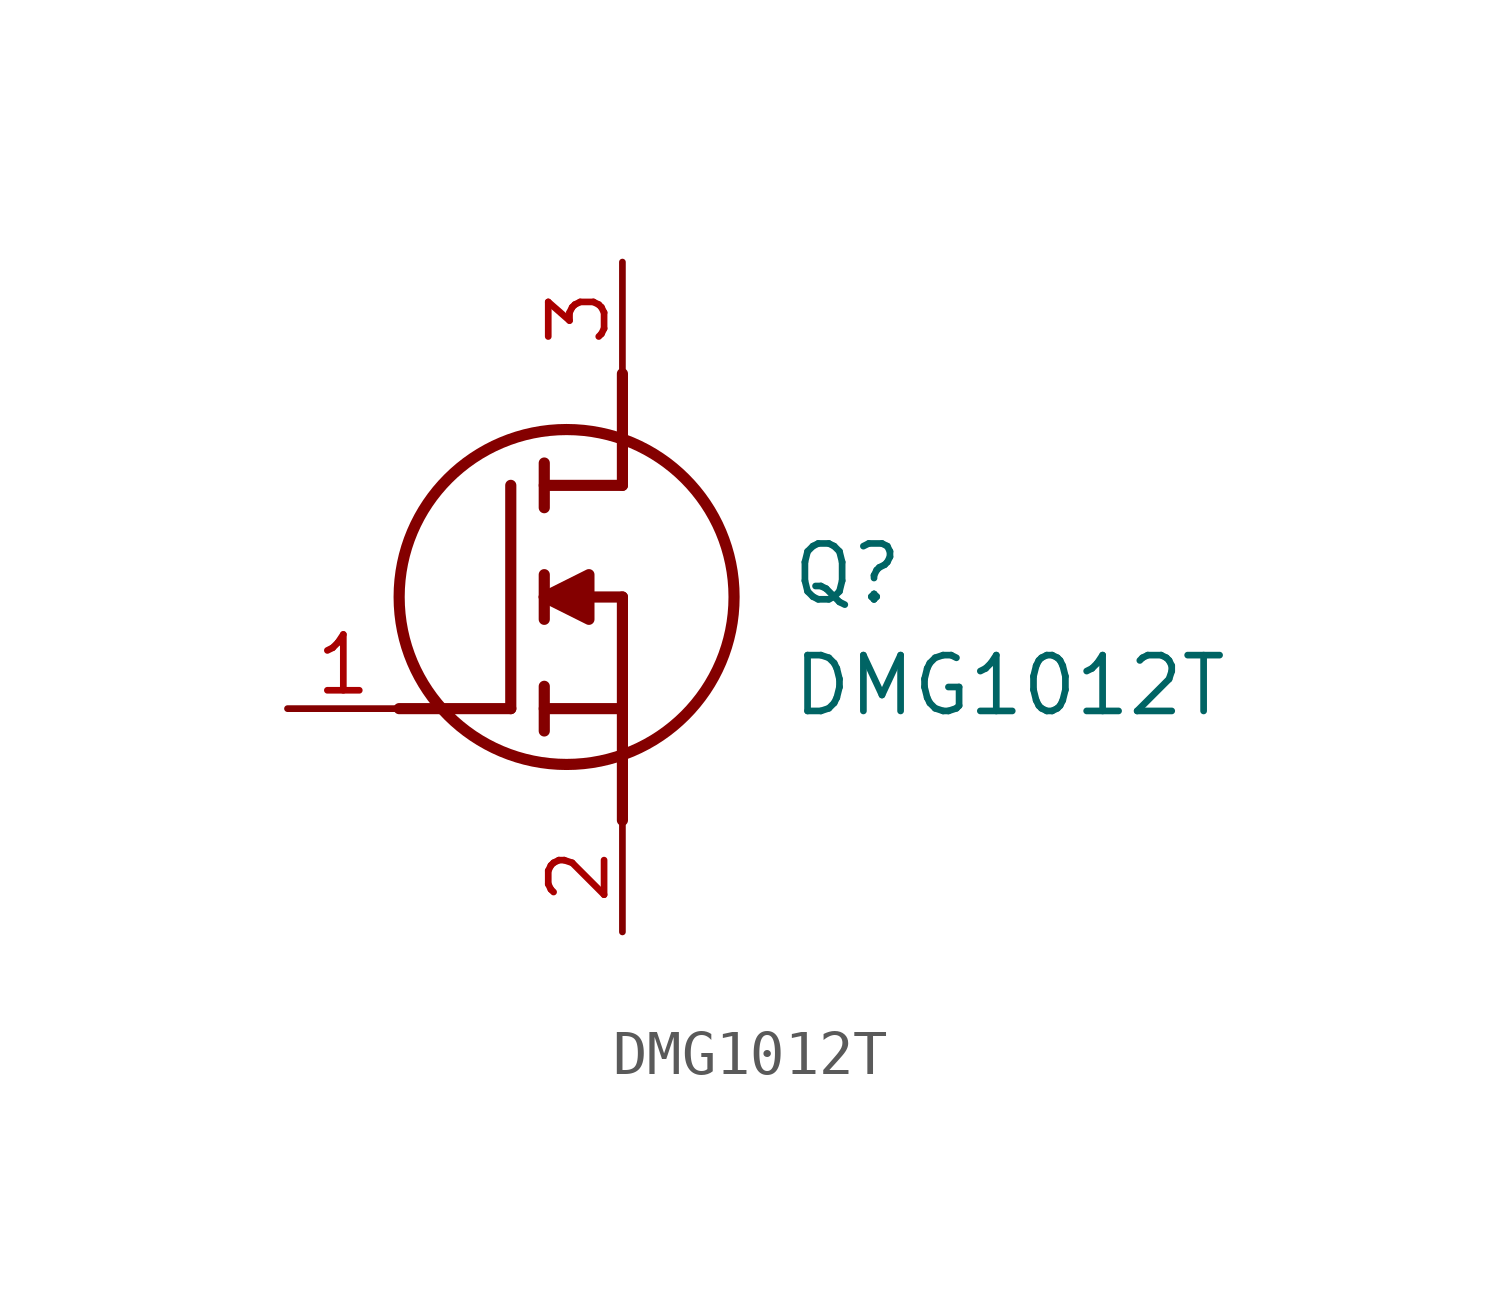
<source format=kicad_sym>
(kicad_symbol_lib
  (version 20211014)
  (generator SamacSys_ECAD_Model)
  (symbol "DMG1012T"
    (pin_names hide)
    (property "Reference" "Q"
      (at 11.43 3.81 0)
      (effects (font (size 1.27 1.27)) (justify left top)))
    (property "Value" "DMG1012T"
      (at 11.43 1.27 0)
      (effects (font (size 1.27 1.27)) (justify left top)))
    (polyline
      (pts (xy 7.62 2.54) (xy 7.62 -2.54))
      (stroke (width 0.254) (type default))
      (fill (type none)))
    (polyline
      (pts (xy 7.62 5.08) (xy 7.62 7.62))
      (stroke (width 0.254) (type default))
      (fill (type none)))
    (polyline
      (pts (xy 2.54 0) (xy 5.08 0))
      (stroke (width 0.254) (type default))
      (fill (type none)))
    (polyline
      (pts (xy 5.08 5.08) (xy 5.08 0))
      (stroke (width 0.254) (type default))
      (fill (type none)))
    (polyline
      (pts (xy 7.62 2.54) (xy 5.842 2.54))
      (stroke (width 0.254) (type default))
      (fill (type none)))
    (polyline
      (pts (xy 7.62 5.08) (xy 5.842 5.08))
      (stroke (width 0.254) (type default))
      (fill (type none)))
    (polyline
      (pts (xy 5.842 0) (xy 7.62 0))
      (stroke (width 0.254) (type default))
      (fill (type none)))
    (polyline
      (pts (xy 5.842 5.588) (xy 5.842 4.572))
      (stroke (width 0.254) (type default))
      (fill (type none)))
    (polyline
      (pts (xy 5.842 -0.508) (xy 5.842 0.508))
      (stroke (width 0.254) (type default))
      (fill (type none)))
    (polyline
      (pts (xy 5.842 2.032) (xy 5.842 3.048))
      (stroke (width 0.254) (type default))
      (fill (type none)))
    (circle
      (center 6.35 2.54)
      (radius 3.81)
      (stroke (width 0.254) (type default))
      (fill (type none)))
    (polyline
      (pts (xy 5.842 2.54) (xy 6.858 3.048) (xy 6.858 2.032) (xy 5.842 2.54))
      (stroke (width 0.254) (type default))
      (fill (type outline)))
    (pin passive line
      (at 0 0 0)
      (length 2.54)
      (name "G" (effects (font (size 1.27 1.27))))
      (number "1" (effects (font (size 1.27 1.27)))))
    (pin passive line
      (at 7.62 10.16 270)
      (length 2.54)
      (name "D" (effects (font (size 1.27 1.27))))
      (number "3" (effects (font (size 1.27 1.27)))))
    (pin passive line
      (at 7.62 -5.08 90)
      (length 2.54)
      (name "S" (effects (font (size 1.27 1.27))))
      (number "2" (effects (font (size 1.27 1.27)))))))
</source>
